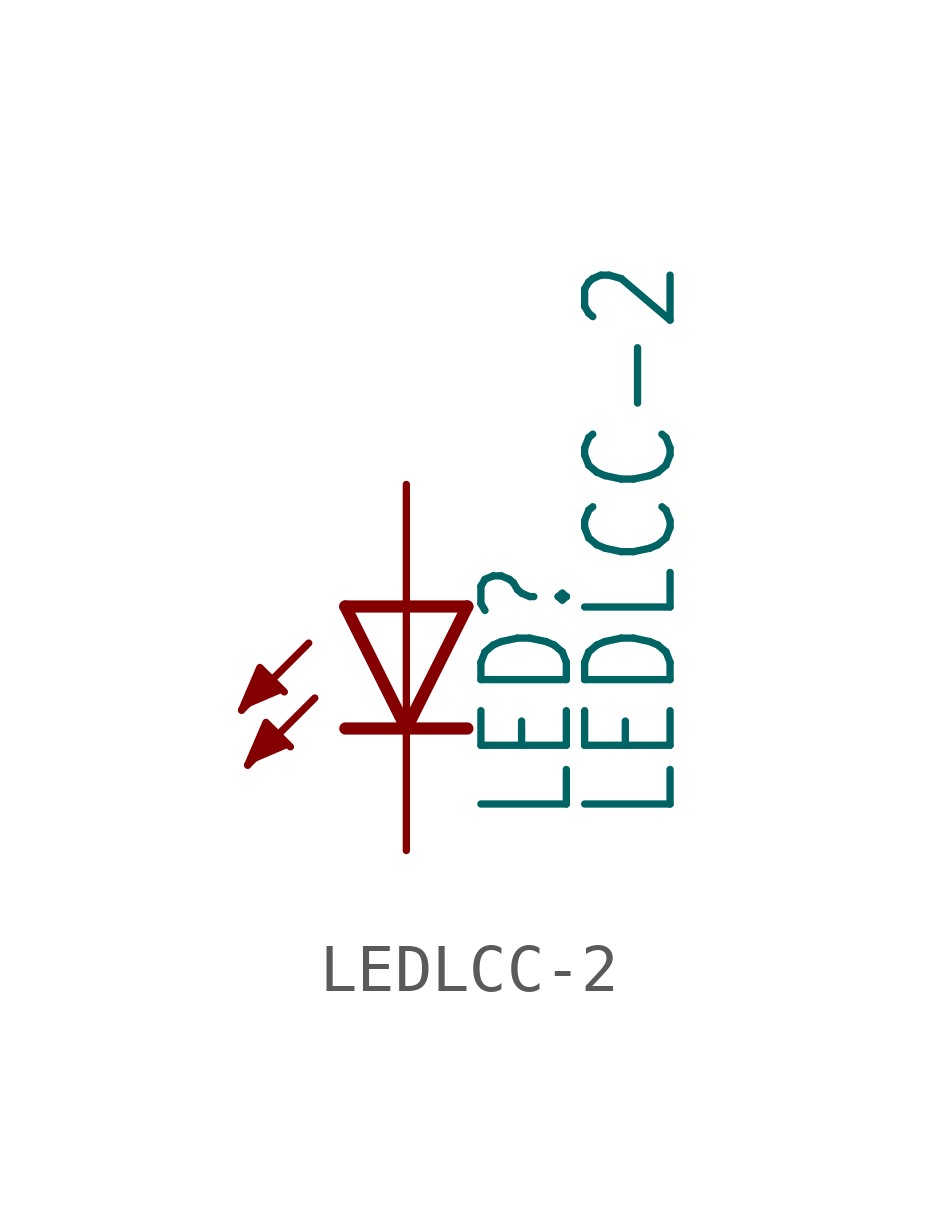
<source format=kicad_sym>
(kicad_symbol_lib
  (version 20211014)
  (generator kicad_symbol_editor)
  (symbol "LEDLCC-2"
    (property "Reference" "LED"
      (at 3.556 -4.572 90)
      (effects (font (size 1.778 1.511)) (justify left bottom)))
    (property "Value" "LEDLCC-2"
      (at 5.715 -4.572 90)
      (effects (font (size 1.778 1.511)) (justify left bottom)))
    (property "ki_locked" ""
      (at 0 0 0)
      (effects (font (size 1.27 1.27))))
    (symbol "LEDLCC-2_1_0"
      (polyline (pts (xy -2.032 -0.762) (xy -3.429 -2.159)) (stroke (width 0.152) (type default) (color 0 0 0 0)) (fill (type none)))
      (polyline (pts (xy -1.905 -1.905) (xy -3.302 -3.302)) (stroke (width 0.152) (type default) (color 0 0 0 0)) (fill (type none)))
      (polyline (pts (xy 0 -2.54) (xy -1.27 -2.54)) (stroke (width 0.254) (type default) (color 0 0 0 0)) (fill (type none)))
      (polyline (pts (xy 0 -2.54) (xy -1.27 0)) (stroke (width 0.254) (type default) (color 0 0 0 0)) (fill (type none)))
      (polyline (pts (xy 0 0) (xy -1.27 0)) (stroke (width 0.254) (type default) (color 0 0 0 0)) (fill (type none)))
      (polyline (pts (xy 0 0) (xy 0 -2.54)) (stroke (width 0.152) (type default) (color 0 0 0 0)) (fill (type none)))
      (polyline (pts (xy 1.27 -2.54) (xy 0 -2.54)) (stroke (width 0.254) (type default) (color 0 0 0 0)) (fill (type none)))
      (polyline (pts (xy 1.27 0) (xy 0 -2.54)) (stroke (width 0.254) (type default) (color 0 0 0 0)) (fill (type none)))
      (polyline (pts (xy 1.27 0) (xy 0 0)) (stroke (width 0.254) (type default) (color 0 0 0 0)) (fill (type none)))
      (polyline (pts (xy -3.429 -2.159) (xy -3.048 -1.27) (xy -2.54 -1.778)) (stroke (width 0) (type default) (color 0 0 0 0)) (fill (type outline)))
      (polyline (pts (xy -3.302 -3.302) (xy -2.921 -2.413) (xy -2.413 -2.921)) (stroke (width 0) (type default) (color 0 0 0 0)) (fill (type outline)))
      (pin passive line (at 0 2.54 270) (length 2.54) (name "A" (effects (font (size 0 0)))) (number "A" (effects (font (size 0 0)))))
      (pin passive line (at 0 -5.08 90) (length 2.54) (name "C" (effects (font (size 0 0)))) (number "C" (effects (font (size 0 0))))))))
</source>
